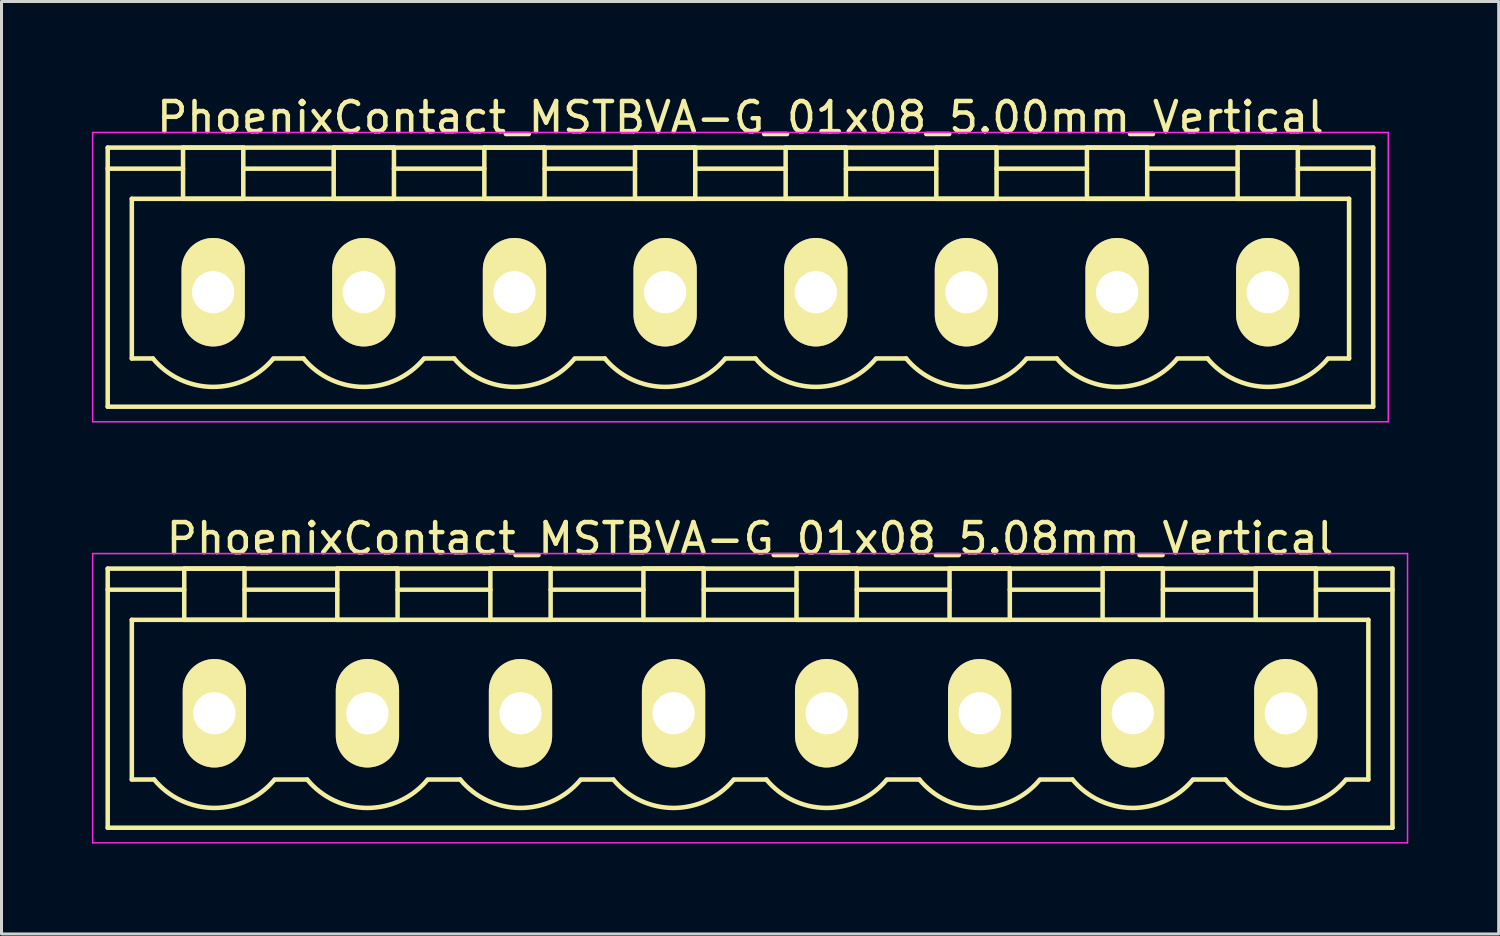
<source format=kicad_pcb>
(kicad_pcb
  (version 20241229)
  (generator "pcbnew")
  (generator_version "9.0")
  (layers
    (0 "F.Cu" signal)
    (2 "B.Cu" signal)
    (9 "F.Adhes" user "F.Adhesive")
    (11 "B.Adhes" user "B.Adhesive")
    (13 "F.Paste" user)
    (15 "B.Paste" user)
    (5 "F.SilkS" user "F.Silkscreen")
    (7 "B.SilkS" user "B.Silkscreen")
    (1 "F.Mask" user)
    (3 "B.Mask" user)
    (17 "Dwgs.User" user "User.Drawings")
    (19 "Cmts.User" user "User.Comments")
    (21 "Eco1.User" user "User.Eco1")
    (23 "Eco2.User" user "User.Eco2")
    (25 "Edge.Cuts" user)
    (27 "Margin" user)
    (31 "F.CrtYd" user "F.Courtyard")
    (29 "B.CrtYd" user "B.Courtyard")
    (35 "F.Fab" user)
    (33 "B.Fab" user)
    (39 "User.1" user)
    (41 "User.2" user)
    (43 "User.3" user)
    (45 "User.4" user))
  (footprint "PhoenixContact_MSTBVA-G_01x08_5.08mm_Vertical"
    (layer "F.Cu")
    (at 4.065 20.622)
    (property "Reference" "PhoenixContact_MSTBVA-G_01x08_5.08mm_Vertical" (at 17.78 -5.8 0) (layer "F.SilkS") (effects (font (size 1 1) (thickness 0.15))))
    (attr through_hole)
    (fp_line (start -3.54 -4.8) (end -3.54 3.8) (stroke (width 0.15) (type solid)) (layer "F.SilkS"))
    (fp_line (start -3.54 -4.1) (end -1 -4.1) (stroke (width 0.15) (type solid)) (layer "F.SilkS"))
    (fp_line (start -3.54 3.8) (end 39.1 3.8) (stroke (width 0.15) (type solid)) (layer "F.SilkS"))
    (fp_line (start -2.74 -3.1) (end 38.3 -3.1) (stroke (width 0.15) (type solid)) (layer "F.SilkS"))
    (fp_line (start -2.74 2.2) (end -2.74 -3.1) (stroke (width 0.15) (type solid)) (layer "F.SilkS"))
    (fp_line (start -2 2.2) (end -2.74 2.2) (stroke (width 0.15) (type solid)) (layer "F.SilkS"))
    (fp_line (start -1 -4.8) (end 1 -4.8) (stroke (width 0.15) (type solid)) (layer "F.SilkS"))
    (fp_line (start -1 -3.1) (end -1 -4.8) (stroke (width 0.15) (type solid)) (layer "F.SilkS"))
    (fp_line (start 1 -4.8) (end 1 -3.1) (stroke (width 0.15) (type solid)) (layer "F.SilkS"))
    (fp_line (start 1 -4.1) (end 4.08 -4.1) (stroke (width 0.15) (type solid)) (layer "F.SilkS"))
    (fp_line (start 1 -3.1) (end -1 -3.1) (stroke (width 0.15) (type solid)) (layer "F.SilkS"))
    (fp_line (start 2 2.2) (end 3.08 2.2) (stroke (width 0.15) (type solid)) (layer "F.SilkS"))
    (fp_line (start 4.08 -4.8) (end 6.08 -4.8) (stroke (width 0.15) (type solid)) (layer "F.SilkS"))
    (fp_line (start 4.08 -3.1) (end 4.08 -4.8) (stroke (width 0.15) (type solid)) (layer "F.SilkS"))
    (fp_line (start 6.08 -4.8) (end 6.08 -3.1) (stroke (width 0.15) (type solid)) (layer "F.SilkS"))
    (fp_line (start 6.08 -4.1) (end 9.16 -4.1) (stroke (width 0.15) (type solid)) (layer "F.SilkS"))
    (fp_line (start 6.08 -3.1) (end 4.08 -3.1) (stroke (width 0.15) (type solid)) (layer "F.SilkS"))
    (fp_line (start 7.08 2.2) (end 8.16 2.2) (stroke (width 0.15) (type solid)) (layer "F.SilkS"))
    (fp_line (start 9.16 -4.8) (end 11.16 -4.8) (stroke (width 0.15) (type solid)) (layer "F.SilkS"))
    (fp_line (start 9.16 -3.1) (end 9.16 -4.8) (stroke (width 0.15) (type solid)) (layer "F.SilkS"))
    (fp_line (start 11.16 -4.8) (end 11.16 -3.1) (stroke (width 0.15) (type solid)) (layer "F.SilkS"))
    (fp_line (start 11.16 -4.1) (end 14.24 -4.1) (stroke (width 0.15) (type solid)) (layer "F.SilkS"))
    (fp_line (start 11.16 -3.1) (end 9.16 -3.1) (stroke (width 0.15) (type solid)) (layer "F.SilkS"))
    (fp_line (start 12.16 2.2) (end 13.24 2.2) (stroke (width 0.15) (type solid)) (layer "F.SilkS"))
    (fp_line (start 14.24 -4.8) (end 16.24 -4.8) (stroke (width 0.15) (type solid)) (layer "F.SilkS"))
    (fp_line (start 14.24 -3.1) (end 14.24 -4.8) (stroke (width 0.15) (type solid)) (layer "F.SilkS"))
    (fp_line (start 16.24 -4.8) (end 16.24 -3.1) (stroke (width 0.15) (type solid)) (layer "F.SilkS"))
    (fp_line (start 16.24 -4.1) (end 19.32 -4.1) (stroke (width 0.15) (type solid)) (layer "F.SilkS"))
    (fp_line (start 16.24 -3.1) (end 14.24 -3.1) (stroke (width 0.15) (type solid)) (layer "F.SilkS"))
    (fp_line (start 17.24 2.2) (end 18.32 2.2) (stroke (width 0.15) (type solid)) (layer "F.SilkS"))
    (fp_line (start 19.32 -4.8) (end 21.32 -4.8) (stroke (width 0.15) (type solid)) (layer "F.SilkS"))
    (fp_line (start 19.32 -3.1) (end 19.32 -4.8) (stroke (width 0.15) (type solid)) (layer "F.SilkS"))
    (fp_line (start 21.32 -4.8) (end 21.32 -3.1) (stroke (width 0.15) (type solid)) (layer "F.SilkS"))
    (fp_line (start 21.32 -4.1) (end 24.4 -4.1) (stroke (width 0.15) (type solid)) (layer "F.SilkS"))
    (fp_line (start 21.32 -3.1) (end 19.32 -3.1) (stroke (width 0.15) (type solid)) (layer "F.SilkS"))
    (fp_line (start 22.32 2.2) (end 23.4 2.2) (stroke (width 0.15) (type solid)) (layer "F.SilkS"))
    (fp_line (start 24.4 -4.8) (end 26.4 -4.8) (stroke (width 0.15) (type solid)) (layer "F.SilkS"))
    (fp_line (start 24.4 -3.1) (end 24.4 -4.8) (stroke (width 0.15) (type solid)) (layer "F.SilkS"))
    (fp_line (start 26.4 -4.8) (end 26.4 -3.1) (stroke (width 0.15) (type solid)) (layer "F.SilkS"))
    (fp_line (start 26.4 -4.1) (end 29.48 -4.1) (stroke (width 0.15) (type solid)) (layer "F.SilkS"))
    (fp_line (start 26.4 -3.1) (end 24.4 -3.1) (stroke (width 0.15) (type solid)) (layer "F.SilkS"))
    (fp_line (start 27.4 2.2) (end 28.48 2.2) (stroke (width 0.15) (type solid)) (layer "F.SilkS"))
    (fp_line (start 29.48 -4.8) (end 31.48 -4.8) (stroke (width 0.15) (type solid)) (layer "F.SilkS"))
    (fp_line (start 29.48 -3.1) (end 29.48 -4.8) (stroke (width 0.15) (type solid)) (layer "F.SilkS"))
    (fp_line (start 31.48 -4.8) (end 31.48 -3.1) (stroke (width 0.15) (type solid)) (layer "F.SilkS"))
    (fp_line (start 31.48 -4.1) (end 34.56 -4.1) (stroke (width 0.15) (type solid)) (layer "F.SilkS"))
    (fp_line (start 31.48 -3.1) (end 29.48 -3.1) (stroke (width 0.15) (type solid)) (layer "F.SilkS"))
    (fp_line (start 32.48 2.2) (end 33.56 2.2) (stroke (width 0.15) (type solid)) (layer "F.SilkS"))
    (fp_line (start 34.56 -4.8) (end 36.56 -4.8) (stroke (width 0.15) (type solid)) (layer "F.SilkS"))
    (fp_line (start 34.56 -3.1) (end 34.56 -4.8) (stroke (width 0.15) (type solid)) (layer "F.SilkS"))
    (fp_line (start 36.56 -4.8) (end 36.56 -3.1) (stroke (width 0.15) (type solid)) (layer "F.SilkS"))
    (fp_line (start 36.56 -3.1) (end 34.56 -3.1) (stroke (width 0.15) (type solid)) (layer "F.SilkS"))
    (fp_line (start 38.3 -3.1) (end 38.3 2.2) (stroke (width 0.15) (type solid)) (layer "F.SilkS"))
    (fp_line (start 38.3 2.2) (end 37.56 2.2) (stroke (width 0.15) (type solid)) (layer "F.SilkS"))
    (fp_line (start 39.1 -4.8) (end -3.54 -4.8) (stroke (width 0.15) (type solid)) (layer "F.SilkS"))
    (fp_line (start 39.1 -4.1) (end 36.56 -4.1) (stroke (width 0.15) (type solid)) (layer "F.SilkS"))
    (fp_line (start 39.1 3.8) (end 39.1 -4.8) (stroke (width 0.15) (type solid)) (layer "F.SilkS"))
    (fp_arc (start 1.986842 2.215821) (mid -0.010289 3.142758) (end -2 2.2) (stroke (width 0.15) (type solid)) (layer "F.SilkS"))
    (fp_arc (start 7.066842 2.215821) (mid 5.069711 3.142758) (end 3.08 2.2) (stroke (width 0.15) (type solid)) (layer "F.SilkS"))
    (fp_arc (start 12.146842 2.215821) (mid 10.149711 3.142758) (end 8.16 2.2) (stroke (width 0.15) (type solid)) (layer "F.SilkS"))
    (fp_arc (start 17.226842 2.215821) (mid 15.229711 3.142758) (end 13.24 2.2) (stroke (width 0.15) (type solid)) (layer "F.SilkS"))
    (fp_arc (start 22.306842 2.215821) (mid 20.309711 3.142758) (end 18.32 2.2) (stroke (width 0.15) (type solid)) (layer "F.SilkS"))
    (fp_arc (start 27.386842 2.215821) (mid 25.389711 3.142758) (end 23.4 2.2) (stroke (width 0.15) (type solid)) (layer "F.SilkS"))
    (fp_arc (start 32.466842 2.215821) (mid 30.469711 3.142758) (end 28.48 2.2) (stroke (width 0.15) (type solid)) (layer "F.SilkS"))
    (fp_arc (start 37.546842 2.215821) (mid 35.549711 3.142758) (end 33.56 2.2) (stroke (width 0.15) (type solid)) (layer "F.SilkS"))
    (fp_line (start -4.04 -5.3) (end -4.04 4.3) (stroke (width 0.05) (type solid)) (layer "F.CrtYd"))
    (fp_line (start -4.04 4.3) (end 39.6 4.3) (stroke (width 0.05) (type solid)) (layer "F.CrtYd"))
    (fp_line (start 39.6 -5.3) (end -4.04 -5.3) (stroke (width 0.05) (type solid)) (layer "F.CrtYd"))
    (fp_line (start 39.6 4.3) (end 39.6 -5.3) (stroke (width 0.05) (type solid)) (layer "F.CrtYd"))
    (pad "1" thru_hole oval (at 0 0) (size 2.1 3.6) (drill 1.4) (layers "*.Cu" "*.Mask" "F.SilkS"))
    (pad "2" thru_hole oval (at 5.08 0) (size 2.1 3.6) (drill 1.4) (layers "*.Cu" "*.Mask" "F.SilkS"))
    (pad "3" thru_hole oval (at 10.16 0) (size 2.1 3.6) (drill 1.4) (layers "*.Cu" "*.Mask" "F.SilkS"))
    (pad "4" thru_hole oval (at 15.24 0) (size 2.1 3.6) (drill 1.4) (layers "*.Cu" "*.Mask" "F.SilkS"))
    (pad "5" thru_hole oval (at 20.32 0) (size 2.1 3.6) (drill 1.4) (layers "*.Cu" "*.Mask" "F.SilkS"))
    (pad "6" thru_hole oval (at 25.4 0) (size 2.1 3.6) (drill 1.4) (layers "*.Cu" "*.Mask" "F.SilkS"))
    (pad "7" thru_hole oval (at 30.48 0) (size 2.1 3.6) (drill 1.4) (layers "*.Cu" "*.Mask" "F.SilkS"))
    (pad "8" thru_hole oval (at 35.56 0) (size 2.1 3.6) (drill 1.4) (layers "*.Cu" "*.Mask" "F.SilkS")))
  (footprint "PhoenixContact_MSTBVA-G_01x08_5.00mm_Vertical"
    (layer "F.Cu")
    (at 4.025 6.648)
    (property "Reference" "PhoenixContact_MSTBVA-G_01x08_5.00mm_Vertical" (at 17.5 -5.8 0) (layer "F.SilkS") (effects (font (size 1 1) (thickness 0.15))))
    (attr through_hole)
    (fp_line (start -3.5 -4.8) (end -3.5 3.8) (stroke (width 0.15) (type solid)) (layer "F.SilkS"))
    (fp_line (start -3.5 -4.1) (end -1 -4.1) (stroke (width 0.15) (type solid)) (layer "F.SilkS"))
    (fp_line (start -3.5 3.8) (end 38.5 3.8) (stroke (width 0.15) (type solid)) (layer "F.SilkS"))
    (fp_line (start -2.7 -3.1) (end 37.7 -3.1) (stroke (width 0.15) (type solid)) (layer "F.SilkS"))
    (fp_line (start -2.7 2.2) (end -2.7 -3.1) (stroke (width 0.15) (type solid)) (layer "F.SilkS"))
    (fp_line (start -2 2.2) (end -2.7 2.2) (stroke (width 0.15) (type solid)) (layer "F.SilkS"))
    (fp_line (start -1 -4.8) (end 1 -4.8) (stroke (width 0.15) (type solid)) (layer "F.SilkS"))
    (fp_line (start -1 -3.1) (end -1 -4.8) (stroke (width 0.15) (type solid)) (layer "F.SilkS"))
    (fp_line (start 1 -4.8) (end 1 -3.1) (stroke (width 0.15) (type solid)) (layer "F.SilkS"))
    (fp_line (start 1 -4.1) (end 4 -4.1) (stroke (width 0.15) (type solid)) (layer "F.SilkS"))
    (fp_line (start 1 -3.1) (end -1 -3.1) (stroke (width 0.15) (type solid)) (layer "F.SilkS"))
    (fp_line (start 2 2.2) (end 3 2.2) (stroke (width 0.15) (type solid)) (layer "F.SilkS"))
    (fp_line (start 4 -4.8) (end 6 -4.8) (stroke (width 0.15) (type solid)) (layer "F.SilkS"))
    (fp_line (start 4 -3.1) (end 4 -4.8) (stroke (width 0.15) (type solid)) (layer "F.SilkS"))
    (fp_line (start 6 -4.8) (end 6 -3.1) (stroke (width 0.15) (type solid)) (layer "F.SilkS"))
    (fp_line (start 6 -4.1) (end 9 -4.1) (stroke (width 0.15) (type solid)) (layer "F.SilkS"))
    (fp_line (start 6 -3.1) (end 4 -3.1) (stroke (width 0.15) (type solid)) (layer "F.SilkS"))
    (fp_line (start 7 2.2) (end 8 2.2) (stroke (width 0.15) (type solid)) (layer "F.SilkS"))
    (fp_line (start 9 -4.8) (end 11 -4.8) (stroke (width 0.15) (type solid)) (layer "F.SilkS"))
    (fp_line (start 9 -3.1) (end 9 -4.8) (stroke (width 0.15) (type solid)) (layer "F.SilkS"))
    (fp_line (start 11 -4.8) (end 11 -3.1) (stroke (width 0.15) (type solid)) (layer "F.SilkS"))
    (fp_line (start 11 -4.1) (end 14 -4.1) (stroke (width 0.15) (type solid)) (layer "F.SilkS"))
    (fp_line (start 11 -3.1) (end 9 -3.1) (stroke (width 0.15) (type solid)) (layer "F.SilkS"))
    (fp_line (start 12 2.2) (end 13 2.2) (stroke (width 0.15) (type solid)) (layer "F.SilkS"))
    (fp_line (start 14 -4.8) (end 16 -4.8) (stroke (width 0.15) (type solid)) (layer "F.SilkS"))
    (fp_line (start 14 -3.1) (end 14 -4.8) (stroke (width 0.15) (type solid)) (layer "F.SilkS"))
    (fp_line (start 16 -4.8) (end 16 -3.1) (stroke (width 0.15) (type solid)) (layer "F.SilkS"))
    (fp_line (start 16 -4.1) (end 19 -4.1) (stroke (width 0.15) (type solid)) (layer "F.SilkS"))
    (fp_line (start 16 -3.1) (end 14 -3.1) (stroke (width 0.15) (type solid)) (layer "F.SilkS"))
    (fp_line (start 17 2.2) (end 18 2.2) (stroke (width 0.15) (type solid)) (layer "F.SilkS"))
    (fp_line (start 19 -4.8) (end 21 -4.8) (stroke (width 0.15) (type solid)) (layer "F.SilkS"))
    (fp_line (start 19 -3.1) (end 19 -4.8) (stroke (width 0.15) (type solid)) (layer "F.SilkS"))
    (fp_line (start 21 -4.8) (end 21 -3.1) (stroke (width 0.15) (type solid)) (layer "F.SilkS"))
    (fp_line (start 21 -4.1) (end 24 -4.1) (stroke (width 0.15) (type solid)) (layer "F.SilkS"))
    (fp_line (start 21 -3.1) (end 19 -3.1) (stroke (width 0.15) (type solid)) (layer "F.SilkS"))
    (fp_line (start 22 2.2) (end 23 2.2) (stroke (width 0.15) (type solid)) (layer "F.SilkS"))
    (fp_line (start 24 -4.8) (end 26 -4.8) (stroke (width 0.15) (type solid)) (layer "F.SilkS"))
    (fp_line (start 24 -3.1) (end 24 -4.8) (stroke (width 0.15) (type solid)) (layer "F.SilkS"))
    (fp_line (start 26 -4.8) (end 26 -3.1) (stroke (width 0.15) (type solid)) (layer "F.SilkS"))
    (fp_line (start 26 -4.1) (end 29 -4.1) (stroke (width 0.15) (type solid)) (layer "F.SilkS"))
    (fp_line (start 26 -3.1) (end 24 -3.1) (stroke (width 0.15) (type solid)) (layer "F.SilkS"))
    (fp_line (start 27 2.2) (end 28 2.2) (stroke (width 0.15) (type solid)) (layer "F.SilkS"))
    (fp_line (start 29 -4.8) (end 31 -4.8) (stroke (width 0.15) (type solid)) (layer "F.SilkS"))
    (fp_line (start 29 -3.1) (end 29 -4.8) (stroke (width 0.15) (type solid)) (layer "F.SilkS"))
    (fp_line (start 31 -4.8) (end 31 -3.1) (stroke (width 0.15) (type solid)) (layer "F.SilkS"))
    (fp_line (start 31 -4.1) (end 34 -4.1) (stroke (width 0.15) (type solid)) (layer "F.SilkS"))
    (fp_line (start 31 -3.1) (end 29 -3.1) (stroke (width 0.15) (type solid)) (layer "F.SilkS"))
    (fp_line (start 32 2.2) (end 33 2.2) (stroke (width 0.15) (type solid)) (layer "F.SilkS"))
    (fp_line (start 34 -4.8) (end 36 -4.8) (stroke (width 0.15) (type solid)) (layer "F.SilkS"))
    (fp_line (start 34 -3.1) (end 34 -4.8) (stroke (width 0.15) (type solid)) (layer "F.SilkS"))
    (fp_line (start 36 -4.8) (end 36 -3.1) (stroke (width 0.15) (type solid)) (layer "F.SilkS"))
    (fp_line (start 36 -3.1) (end 34 -3.1) (stroke (width 0.15) (type solid)) (layer "F.SilkS"))
    (fp_line (start 37.7 -3.1) (end 37.7 2.2) (stroke (width 0.15) (type solid)) (layer "F.SilkS"))
    (fp_line (start 37.7 2.2) (end 37 2.2) (stroke (width 0.15) (type solid)) (layer "F.SilkS"))
    (fp_line (start 38.5 -4.8) (end -3.5 -4.8) (stroke (width 0.15) (type solid)) (layer "F.SilkS"))
    (fp_line (start 38.5 -4.1) (end 36 -4.1) (stroke (width 0.15) (type solid)) (layer "F.SilkS"))
    (fp_line (start 38.5 3.8) (end 38.5 -4.8) (stroke (width 0.15) (type solid)) (layer "F.SilkS"))
    (fp_arc (start 1.986842 2.215821) (mid -0.010289 3.142758) (end -2 2.2) (stroke (width 0.15) (type solid)) (layer "F.SilkS"))
    (fp_arc (start 6.986842 2.215821) (mid 4.989711 3.142758) (end 3 2.2) (stroke (width 0.15) (type solid)) (layer "F.SilkS"))
    (fp_arc (start 11.986842 2.215821) (mid 9.989711 3.142758) (end 8 2.2) (stroke (width 0.15) (type solid)) (layer "F.SilkS"))
    (fp_arc (start 16.986842 2.215821) (mid 14.989711 3.142758) (end 13 2.2) (stroke (width 0.15) (type solid)) (layer "F.SilkS"))
    (fp_arc (start 21.986842 2.215821) (mid 19.989711 3.142758) (end 18 2.2) (stroke (width 0.15) (type solid)) (layer "F.SilkS"))
    (fp_arc (start 26.986842 2.215821) (mid 24.989711 3.142758) (end 23 2.2) (stroke (width 0.15) (type solid)) (layer "F.SilkS"))
    (fp_arc (start 31.986842 2.215821) (mid 29.989711 3.142758) (end 28 2.2) (stroke (width 0.15) (type solid)) (layer "F.SilkS"))
    (fp_arc (start 36.986842 2.215821) (mid 34.989711 3.142758) (end 33 2.2) (stroke (width 0.15) (type solid)) (layer "F.SilkS"))
    (fp_line (start -4 -5.3) (end -4 4.3) (stroke (width 0.05) (type solid)) (layer "F.CrtYd"))
    (fp_line (start -4 4.3) (end 39 4.3) (stroke (width 0.05) (type solid)) (layer "F.CrtYd"))
    (fp_line (start 39 -5.3) (end -4 -5.3) (stroke (width 0.05) (type solid)) (layer "F.CrtYd"))
    (fp_line (start 39 4.3) (end 39 -5.3) (stroke (width 0.05) (type solid)) (layer "F.CrtYd"))
    (pad "1" thru_hole oval (at 0 0) (size 2.1 3.6) (drill 1.4) (layers "*.Cu" "*.Mask" "F.SilkS"))
    (pad "2" thru_hole oval (at 5 0) (size 2.1 3.6) (drill 1.4) (layers "*.Cu" "*.Mask" "F.SilkS"))
    (pad "3" thru_hole oval (at 10 0) (size 2.1 3.6) (drill 1.4) (layers "*.Cu" "*.Mask" "F.SilkS"))
    (pad "4" thru_hole oval (at 15 0) (size 2.1 3.6) (drill 1.4) (layers "*.Cu" "*.Mask" "F.SilkS"))
    (pad "5" thru_hole oval (at 20 0) (size 2.1 3.6) (drill 1.4) (layers "*.Cu" "*.Mask" "F.SilkS"))
    (pad "6" thru_hole oval (at 25 0) (size 2.1 3.6) (drill 1.4) (layers "*.Cu" "*.Mask" "F.SilkS"))
    (pad "7" thru_hole oval (at 30 0) (size 2.1 3.6) (drill 1.4) (layers "*.Cu" "*.Mask" "F.SilkS"))
    (pad "8" thru_hole oval (at 35 0) (size 2.1 3.6) (drill 1.4) (layers "*.Cu" "*.Mask" "F.SilkS")))
  (gr_rect
    (start -3 -3)
    (end 46.69 27.947)
    (stroke (width 0.1) (type default))
    (fill no)
    (layer "Edge.Cuts")))
</source>
